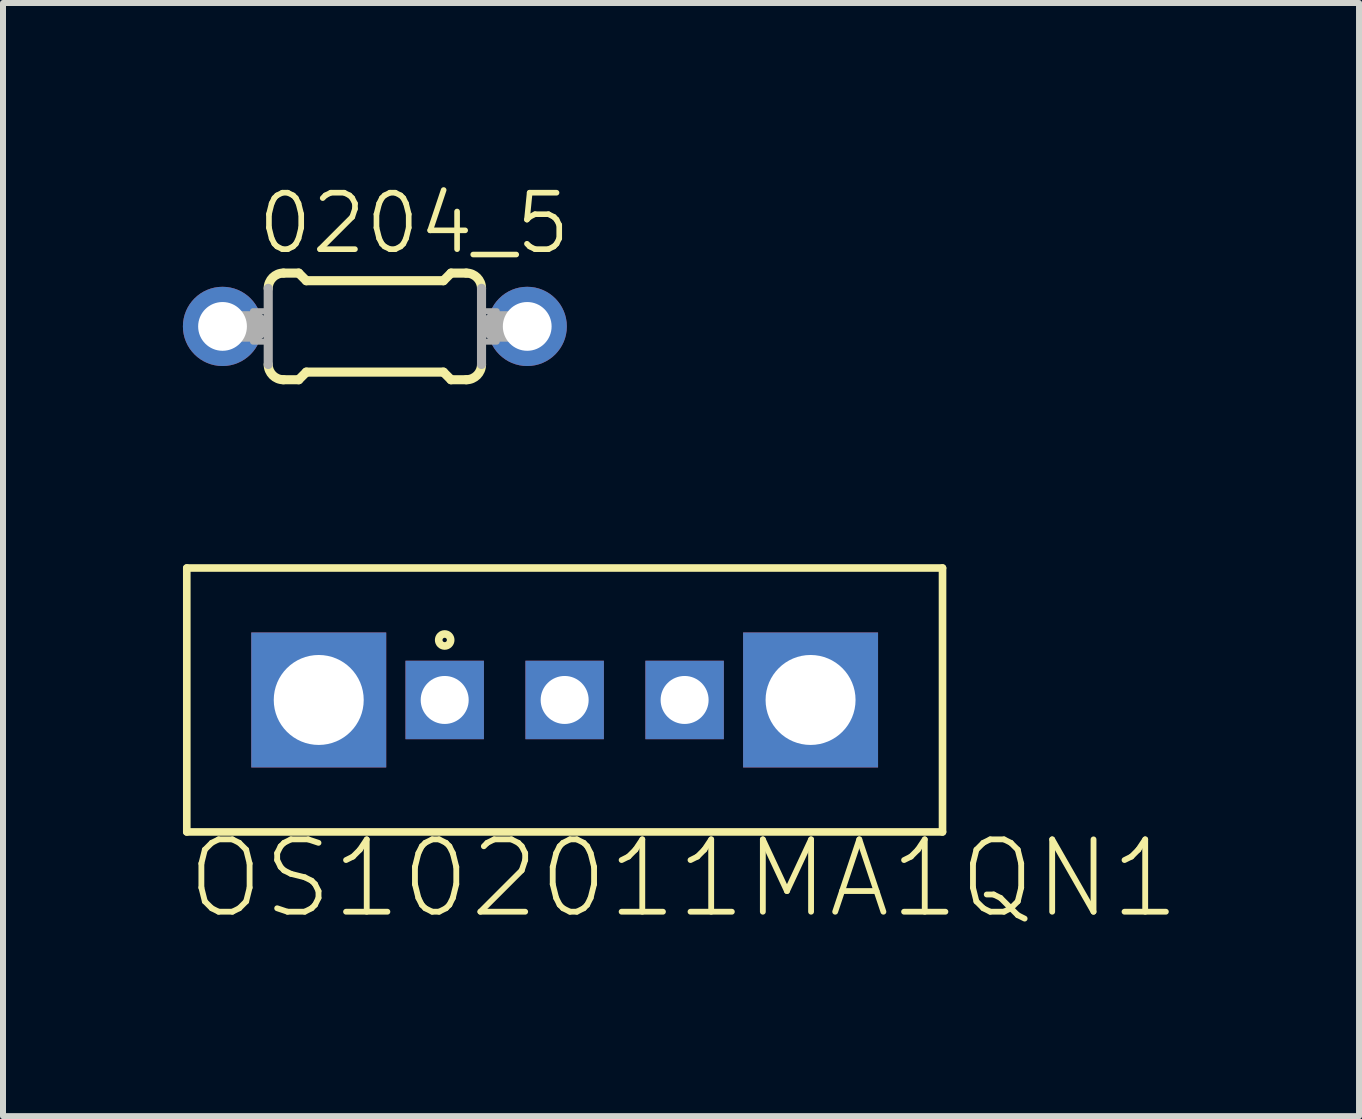
<source format=kicad_pcb>
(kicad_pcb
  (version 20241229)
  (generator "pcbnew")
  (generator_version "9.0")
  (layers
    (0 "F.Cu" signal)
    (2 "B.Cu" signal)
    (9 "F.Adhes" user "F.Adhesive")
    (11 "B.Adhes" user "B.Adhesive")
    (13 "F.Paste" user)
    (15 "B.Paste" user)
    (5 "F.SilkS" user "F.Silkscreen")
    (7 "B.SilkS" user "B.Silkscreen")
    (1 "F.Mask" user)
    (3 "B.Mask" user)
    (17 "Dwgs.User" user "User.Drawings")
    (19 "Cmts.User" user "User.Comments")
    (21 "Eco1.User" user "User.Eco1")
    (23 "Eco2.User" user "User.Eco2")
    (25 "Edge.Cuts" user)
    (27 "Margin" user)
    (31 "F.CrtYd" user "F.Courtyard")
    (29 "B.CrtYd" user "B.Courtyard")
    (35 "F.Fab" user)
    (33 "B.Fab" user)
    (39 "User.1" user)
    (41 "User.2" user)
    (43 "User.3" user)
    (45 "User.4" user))
  (footprint "0204_5"
    (layer "F.Cu")
    (at 3.2 2.392)
    (property "Reference" "0204_5" (at -2.007 -1.168 180) (layer "F.SilkS") (effects (font (size 0.941 0.941) (thickness 0.094)) (justify left bottom)))
    (attr through_hole)
    (fp_line (start -1.524 -0.889) (end -1.27 -0.889) (stroke (width 0.152) (type solid)) (layer "F.SilkS"))
    (fp_line (start -1.524 0.889) (end -1.27 0.889) (stroke (width 0.152) (type solid)) (layer "F.SilkS"))
    (fp_line (start -1.143 -0.762) (end -1.27 -0.889) (stroke (width 0.152) (type solid)) (layer "F.SilkS"))
    (fp_line (start -1.143 0.762) (end -1.27 0.889) (stroke (width 0.152) (type solid)) (layer "F.SilkS"))
    (fp_line (start 1.143 -0.762) (end -1.143 -0.762) (stroke (width 0.152) (type solid)) (layer "F.SilkS"))
    (fp_line (start 1.143 -0.762) (end 1.27 -0.889) (stroke (width 0.152) (type solid)) (layer "F.SilkS"))
    (fp_line (start 1.143 0.762) (end -1.143 0.762) (stroke (width 0.152) (type solid)) (layer "F.SilkS"))
    (fp_line (start 1.143 0.762) (end 1.27 0.889) (stroke (width 0.152) (type solid)) (layer "F.SilkS"))
    (fp_line (start 1.524 -0.889) (end 1.27 -0.889) (stroke (width 0.152) (type solid)) (layer "F.SilkS"))
    (fp_line (start 1.524 0.889) (end 1.27 0.889) (stroke (width 0.152) (type solid)) (layer "F.SilkS"))
    (fp_arc (start -1.778 -0.635) (mid -1.703605 -0.814605) (end -1.524 -0.889) (stroke (width 0.1524) (type solid)) (layer "F.SilkS"))
    (fp_arc (start -1.524 0.889) (mid -1.703605 0.814605) (end -1.778 0.635) (stroke (width 0.1524) (type solid)) (layer "F.SilkS"))
    (fp_arc (start 1.524 -0.889) (mid 1.703605 -0.814605) (end 1.778 -0.635) (stroke (width 0.1524) (type solid)) (layer "F.SilkS"))
    (fp_arc (start 1.778 0.635) (mid 1.703605 0.814605) (end 1.524 0.889) (stroke (width 0.1524) (type solid)) (layer "F.SilkS"))
    (fp_line (start -2.54 0) (end -2.032 0) (stroke (width 0.508) (type solid)) (layer "F.Fab"))
    (fp_line (start -1.778 0.635) (end -1.778 -0.635) (stroke (width 0.152) (type solid)) (layer "F.Fab"))
    (fp_line (start 1.778 0.635) (end 1.778 -0.635) (stroke (width 0.152) (type solid)) (layer "F.Fab"))
    (fp_line (start 2.54 0) (end 2.032 0) (stroke (width 0.508) (type solid)) (layer "F.Fab"))
    (fp_poly (pts (xy -2.032 0.254) (xy -1.778 0.254) (xy -1.778 -0.254) (xy -2.032 -0.254)) (stroke (width 0.1) (type solid)) (fill no) (layer "F.Fab"))
    (fp_poly (pts (xy 1.778 0.254) (xy 2.032 0.254) (xy 2.032 -0.254) (xy 1.778 -0.254)) (stroke (width 0.1) (type solid)) (fill no) (layer "F.Fab"))
    (pad "1" thru_hole circle (at -2.54 0) (size 1.321 1.321) (drill 0.813) (layers "*.Cu" "*.Mask"))
    (pad "2" thru_hole circle (at 2.54 0) (size 1.321 1.321) (drill 0.813) (layers "*.Cu" "*.Mask")))
  (footprint "OS102011MA1QN1"
    (layer "F.Cu")
    (at 6.364 8.62)
    (property "Reference" "OS102011MA1QN1" (at -6.35 3.683 180) (layer "F.SilkS") (effects (font (size 1.206 1.206) (thickness 0.097)) (justify left bottom)))
    (attr through_hole)
    (fp_line (start -6.3 -2.2) (end 6.3 -2.2) (stroke (width 0.127) (type solid)) (layer "F.SilkS"))
    (fp_line (start -6.3 2.2) (end -6.3 -2.2) (stroke (width 0.127) (type solid)) (layer "F.SilkS"))
    (fp_line (start 6.3 -2.2) (end 6.3 2.2) (stroke (width 0.127) (type solid)) (layer "F.SilkS"))
    (fp_line (start 6.3 2.2) (end -6.3 2.2) (stroke (width 0.127) (type solid)) (layer "F.SilkS"))
    (fp_circle (center -2 -1) (end -1.9 -1) (stroke (width 0.127) (type solid)) (fill no) (layer "F.SilkS"))
    (pad "1" thru_hole rect (at -2 0) (size 1.308 1.308) (drill 0.8) (layers "*.Cu" "*.Mask"))
    (pad "2" thru_hole rect (at 0 0) (size 1.308 1.308) (drill 0.8) (layers "*.Cu" "*.Mask"))
    (pad "3" thru_hole rect (at 2 0) (size 1.308 1.308) (drill 0.8) (layers "*.Cu" "*.Mask"))
    (pad "4" thru_hole rect (at -4.1 0) (size 2.25 2.25) (drill 1.5) (layers "*.Cu" "*.Mask"))
    (pad "5" thru_hole rect (at 4.1 0) (size 2.25 2.25) (drill 1.5) (layers "*.Cu" "*.Mask")))
  (gr_rect
    (start -3 -3)
    (end 19.608 15.558)
    (stroke (width 0.1) (type default))
    (fill no)
    (layer "Edge.Cuts")))
</source>
